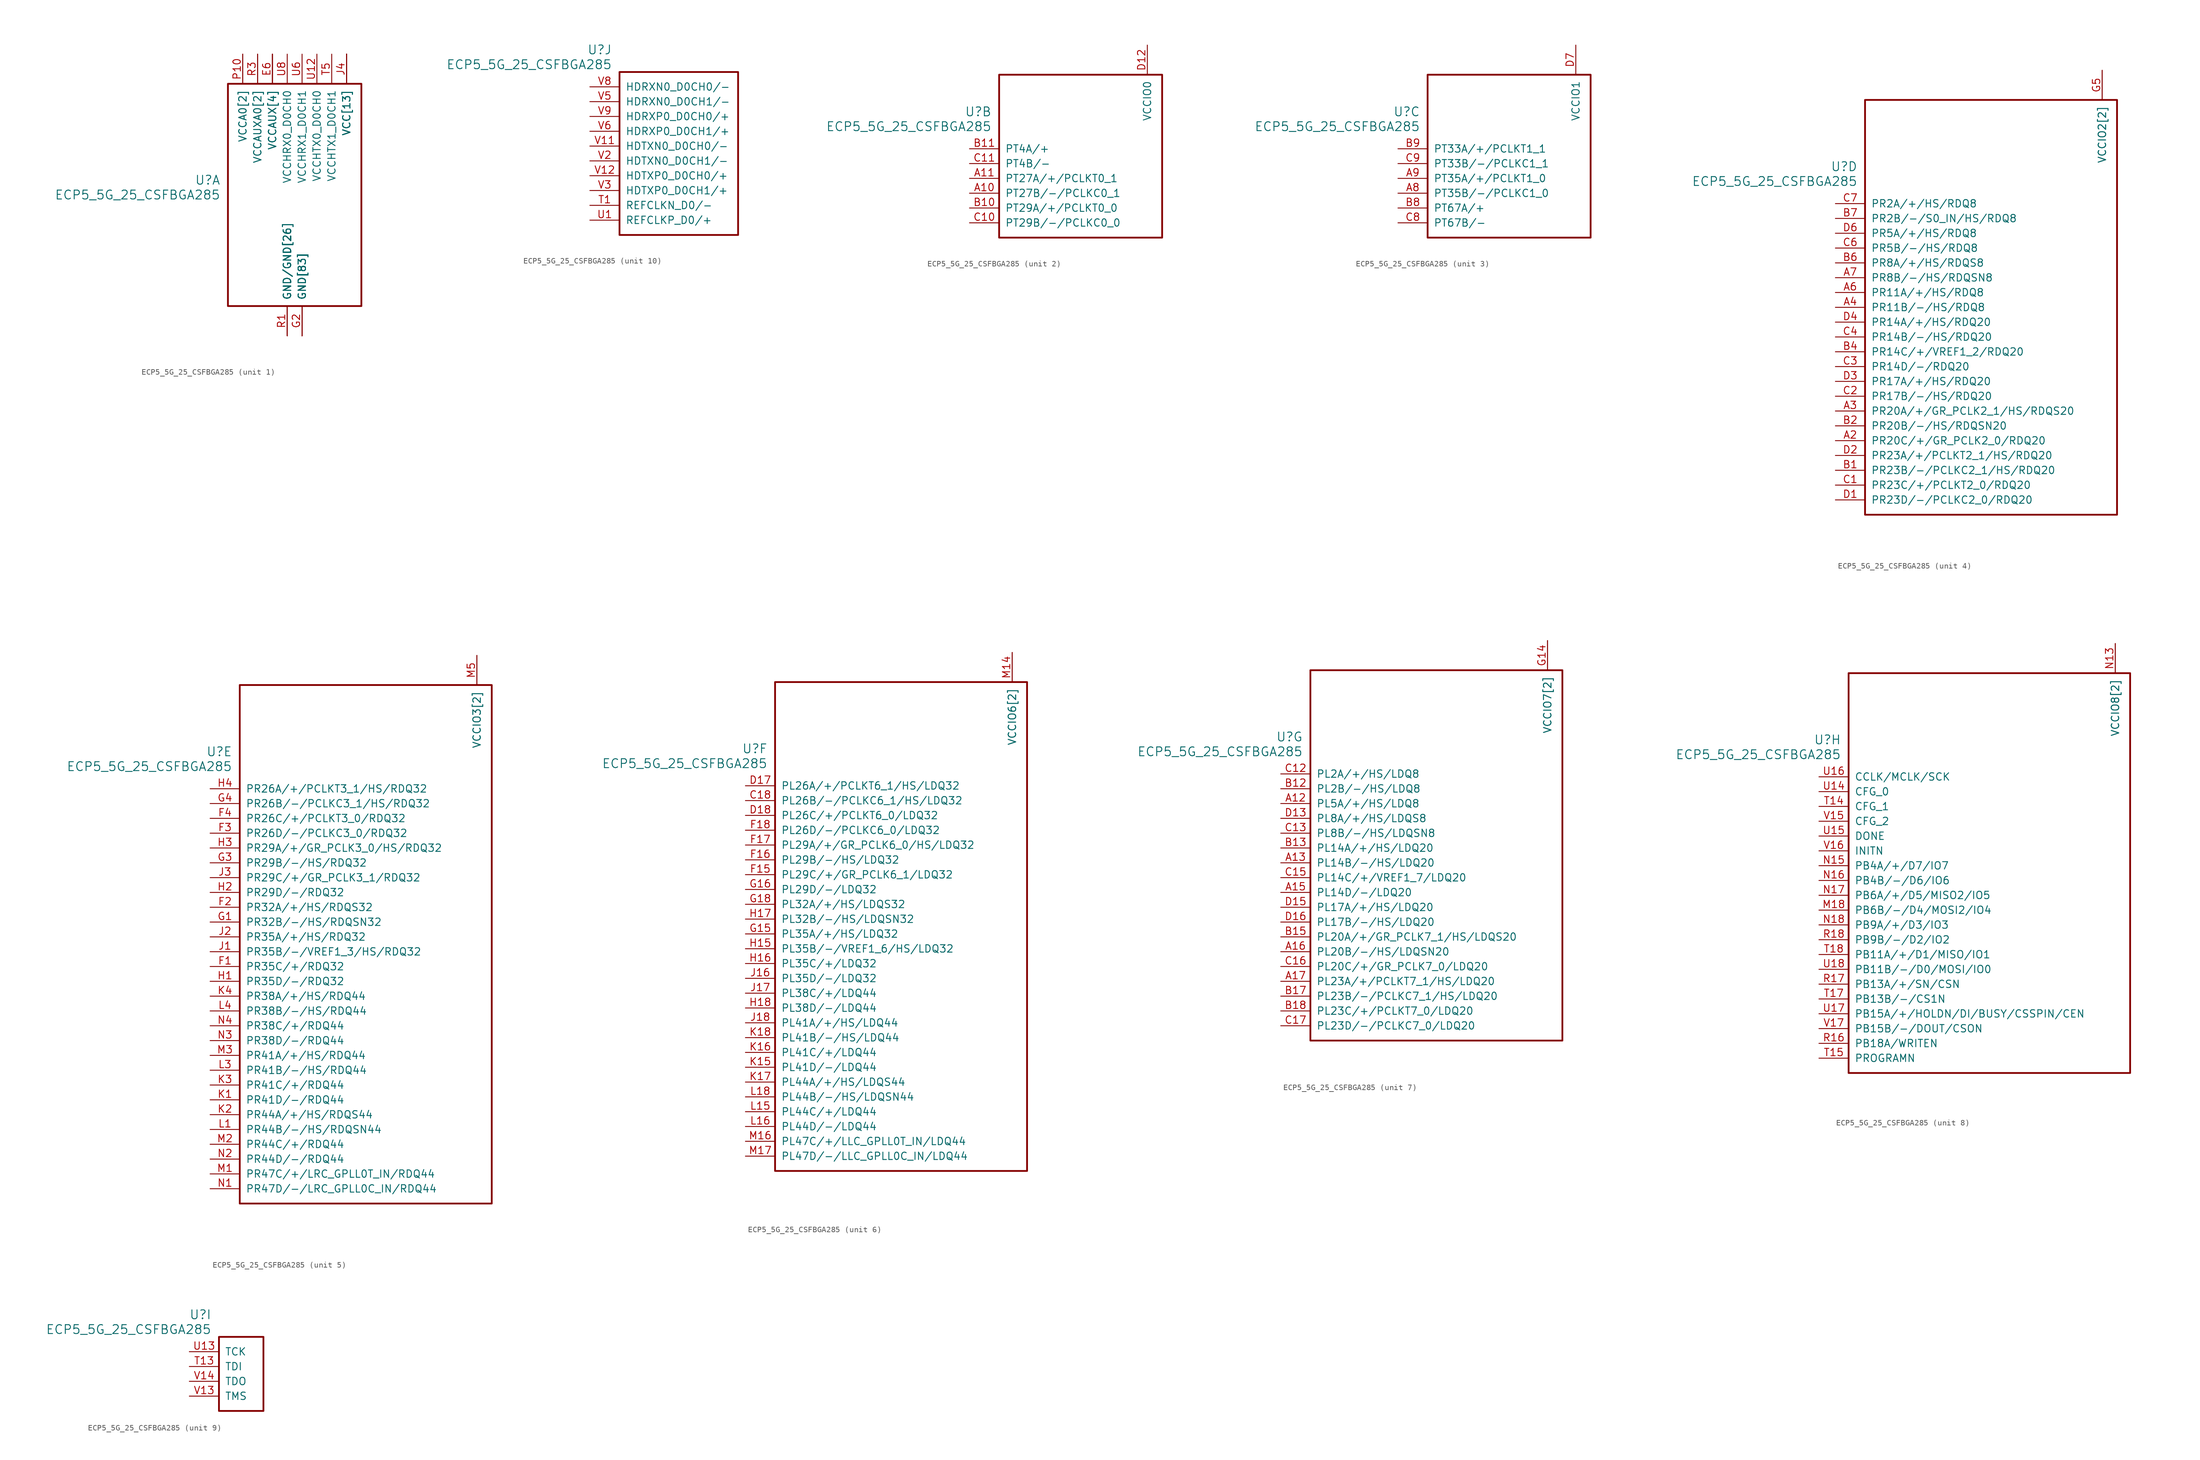
<source format=kicad_sym>
(kicad_symbol_lib
  (version 20241209)
  (generator "kicad_symbol_editor")
  (generator_version "9.0")
  (symbol "ECP5_5G_25_CSFBGA285"
    (pin_names
      (offset 1.016))
    (property "Reference" "U"
      (at 3.81 6.35 0)
      (effects (font (size 1.524 1.524)) (justify right)))
    (property "Value" "ECP5_5G_25_CSFBGA285"
      (at 3.81 3.81 0)
      (effects (font (size 1.524 1.524)) (justify right)))
    (property "ki_locked" ""
      (at 0 0 0)
      (effects (font (size 1.27 1.27))))
    (symbol "ECP5_5G_25_CSFBGA285_1_1"
      (rectangle (start 5.08 22.86) (end 27.94 -15.24) (stroke (width 0.305) (type solid)) (fill (type none)))
      (pin power_in line (at 7.62 27.94 270) (length 5.08) (name "VCCA0[2]" (effects (font (size 1.27 1.27)))) (number "P10" (effects (font (size 1.27 1.27)))))
      (pin power_in line (at 7.62 27.94 270) (length 5.08) (name "VCCA0[2]" (effects (font (size 1.27 1.27)))) (number "R10" (effects (font (size 0 0)))))
      (pin power_in line (at 10.16 27.94 270) (length 5.08) (name "VCCAUXA0[2]" (effects (font (size 1.27 1.27)))) (number "P5" (effects (font (size 0 0)))))
      (pin power_in line (at 10.16 27.94 270) (length 5.08) (name "VCCAUXA0[2]" (effects (font (size 1.27 1.27)))) (number "R3" (effects (font (size 1.27 1.27)))))
      (pin power_in line (at 12.7 27.94 270) (length 5.08) (name "VCCAUX[4]" (effects (font (size 1.27 1.27)))) (number "E13" (effects (font (size 0 0)))))
      (pin power_in line (at 12.7 27.94 270) (length 5.08) (name "VCCAUX[4]" (effects (font (size 1.27 1.27)))) (number "E6" (effects (font (size 1.27 1.27)))))
      (pin power_in line (at 12.7 27.94 270) (length 5.08) (name "VCCAUX[4]" (effects (font (size 1.27 1.27)))) (number "N6" (effects (font (size 0 0)))))
      (pin power_in line (at 12.7 27.94 270) (length 5.08) (name "VCCAUX[4]" (effects (font (size 1.27 1.27)))) (number "P13" (effects (font (size 0 0)))))
      (pin power_in line (at 15.24 27.94 270) (length 5.08) (name "VCCHRX0_D0CH0" (effects (font (size 1.27 1.27)))) (number "U8" (effects (font (size 1.27 1.27)))))
      (pin power_in line (at 15.24 -20.32 90) (length 5.08) (name "GND/GND[26]" (effects (font (size 1.27 1.27)))) (number "P12" (effects (font (size 0 0)))))
      (pin power_in line (at 15.24 -20.32 90) (length 5.08) (name "GND/GND[26]" (effects (font (size 1.27 1.27)))) (number "P6" (effects (font (size 0 0)))))
      (pin power_in line (at 15.24 -20.32 90) (length 5.08) (name "GND/GND[26]" (effects (font (size 1.27 1.27)))) (number "P8" (effects (font (size 0 0)))))
      (pin power_in line (at 15.24 -20.32 90) (length 5.08) (name "GND/GND[26]" (effects (font (size 1.27 1.27)))) (number "R1" (effects (font (size 1.27 1.27)))))
      (pin power_in line (at 15.24 -20.32 90) (length 5.08) (name "GND/GND[26]" (effects (font (size 1.27 1.27)))) (number "R2" (effects (font (size 0 0)))))
      (pin power_in line (at 15.24 -20.32 90) (length 5.08) (name "GND/GND[26]" (effects (font (size 1.27 1.27)))) (number "T10" (effects (font (size 0 0)))))
      (pin power_in line (at 15.24 -20.32 90) (length 5.08) (name "GND/GND[26]" (effects (font (size 1.27 1.27)))) (number "T11" (effects (font (size 0 0)))))
      (pin power_in line (at 15.24 -20.32 90) (length 5.08) (name "GND/GND[26]" (effects (font (size 1.27 1.27)))) (number "T12" (effects (font (size 0 0)))))
      (pin power_in line (at 15.24 -20.32 90) (length 5.08) (name "GND/GND[26]" (effects (font (size 1.27 1.27)))) (number "T2" (effects (font (size 0 0)))))
      (pin power_in line (at 15.24 -20.32 90) (length 5.08) (name "GND/GND[26]" (effects (font (size 1.27 1.27)))) (number "T3" (effects (font (size 0 0)))))
      (pin power_in line (at 15.24 -20.32 90) (length 5.08) (name "GND/GND[26]" (effects (font (size 1.27 1.27)))) (number "T4" (effects (font (size 0 0)))))
      (pin power_in line (at 15.24 -20.32 90) (length 5.08) (name "GND/GND[26]" (effects (font (size 1.27 1.27)))) (number "T6" (effects (font (size 0 0)))))
      (pin power_in line (at 15.24 -20.32 90) (length 5.08) (name "GND/GND[26]" (effects (font (size 1.27 1.27)))) (number "T7" (effects (font (size 0 0)))))
      (pin power_in line (at 15.24 -20.32 90) (length 5.08) (name "GND/GND[26]" (effects (font (size 1.27 1.27)))) (number "T8" (effects (font (size 0 0)))))
      (pin power_in line (at 15.24 -20.32 90) (length 5.08) (name "GND/GND[26]" (effects (font (size 1.27 1.27)))) (number "T9" (effects (font (size 0 0)))))
      (pin power_in line (at 15.24 -20.32 90) (length 5.08) (name "GND/GND[26]" (effects (font (size 1.27 1.27)))) (number "U10" (effects (font (size 0 0)))))
      (pin power_in line (at 15.24 -20.32 90) (length 5.08) (name "GND/GND[26]" (effects (font (size 1.27 1.27)))) (number "U11" (effects (font (size 0 0)))))
      (pin power_in line (at 15.24 -20.32 90) (length 5.08) (name "GND/GND[26]" (effects (font (size 1.27 1.27)))) (number "U2" (effects (font (size 0 0)))))
      (pin power_in line (at 15.24 -20.32 90) (length 5.08) (name "GND/GND[26]" (effects (font (size 1.27 1.27)))) (number "U3" (effects (font (size 0 0)))))
      (pin power_in line (at 15.24 -20.32 90) (length 5.08) (name "GND/GND[26]" (effects (font (size 1.27 1.27)))) (number "U4" (effects (font (size 0 0)))))
      (pin power_in line (at 15.24 -20.32 90) (length 5.08) (name "GND/GND[26]" (effects (font (size 1.27 1.27)))) (number "U5" (effects (font (size 0 0)))))
      (pin power_in line (at 15.24 -20.32 90) (length 5.08) (name "GND/GND[26]" (effects (font (size 1.27 1.27)))) (number "U7" (effects (font (size 0 0)))))
      (pin power_in line (at 15.24 -20.32 90) (length 5.08) (name "GND/GND[26]" (effects (font (size 1.27 1.27)))) (number "U9" (effects (font (size 0 0)))))
      (pin power_in line (at 15.24 -20.32 90) (length 5.08) (name "GND/GND[26]" (effects (font (size 1.27 1.27)))) (number "V10" (effects (font (size 0 0)))))
      (pin power_in line (at 15.24 -20.32 90) (length 5.08) (name "GND/GND[26]" (effects (font (size 1.27 1.27)))) (number "V4" (effects (font (size 0 0)))))
      (pin power_in line (at 15.24 -20.32 90) (length 5.08) (name "GND/GND[26]" (effects (font (size 1.27 1.27)))) (number "V7" (effects (font (size 0 0)))))
      (pin power_in line (at 17.78 27.94 270) (length 5.08) (name "VCCHRX1_D0CH1" (effects (font (size 1.27 1.27)))) (number "U6" (effects (font (size 1.27 1.27)))))
      (pin power_in line (at 17.78 -20.32 90) (length 5.08) (name "GND[83]" (effects (font (size 1.27 1.27)))) (number "B16" (effects (font (size 0 0)))))
      (pin power_in line (at 17.78 -20.32 90) (length 5.08) (name "GND[83]" (effects (font (size 1.27 1.27)))) (number "B3" (effects (font (size 0 0)))))
      (pin power_in line (at 17.78 -20.32 90) (length 5.08) (name "GND[83]" (effects (font (size 1.27 1.27)))) (number "E10" (effects (font (size 0 0)))))
      (pin power_in line (at 17.78 -20.32 90) (length 5.08) (name "GND[83]" (effects (font (size 1.27 1.27)))) (number "E11" (effects (font (size 0 0)))))
      (pin power_in line (at 17.78 -20.32 90) (length 5.08) (name "GND[83]" (effects (font (size 1.27 1.27)))) (number "E12" (effects (font (size 0 0)))))
      (pin power_in line (at 17.78 -20.32 90) (length 5.08) (name "GND[83]" (effects (font (size 1.27 1.27)))) (number "E14" (effects (font (size 0 0)))))
      (pin power_in line (at 17.78 -20.32 90) (length 5.08) (name "GND[83]" (effects (font (size 1.27 1.27)))) (number "E5" (effects (font (size 0 0)))))
      (pin power_in line (at 17.78 -20.32 90) (length 5.08) (name "GND[83]" (effects (font (size 1.27 1.27)))) (number "E7" (effects (font (size 0 0)))))
      (pin power_in line (at 17.78 -20.32 90) (length 5.08) (name "GND[83]" (effects (font (size 1.27 1.27)))) (number "E8" (effects (font (size 0 0)))))
      (pin power_in line (at 17.78 -20.32 90) (length 5.08) (name "GND[83]" (effects (font (size 1.27 1.27)))) (number "E9" (effects (font (size 0 0)))))
      (pin power_in line (at 17.78 -20.32 90) (length 5.08) (name "GND[83]" (effects (font (size 1.27 1.27)))) (number "F10" (effects (font (size 0 0)))))
      (pin power_in line (at 17.78 -20.32 90) (length 5.08) (name "GND[83]" (effects (font (size 1.27 1.27)))) (number "F11" (effects (font (size 0 0)))))
      (pin power_in line (at 17.78 -20.32 90) (length 5.08) (name "GND[83]" (effects (font (size 1.27 1.27)))) (number "F12" (effects (font (size 0 0)))))
      (pin power_in line (at 17.78 -20.32 90) (length 5.08) (name "GND[83]" (effects (font (size 1.27 1.27)))) (number "F13" (effects (font (size 0 0)))))
      (pin power_in line (at 17.78 -20.32 90) (length 5.08) (name "GND[83]" (effects (font (size 1.27 1.27)))) (number "F14" (effects (font (size 0 0)))))
      (pin power_in line (at 17.78 -20.32 90) (length 5.08) (name "GND[83]" (effects (font (size 1.27 1.27)))) (number "F5" (effects (font (size 0 0)))))
      (pin power_in line (at 17.78 -20.32 90) (length 5.08) (name "GND[83]" (effects (font (size 1.27 1.27)))) (number "F6" (effects (font (size 0 0)))))
      (pin power_in line (at 17.78 -20.32 90) (length 5.08) (name "GND[83]" (effects (font (size 1.27 1.27)))) (number "F7" (effects (font (size 0 0)))))
      (pin power_in line (at 17.78 -20.32 90) (length 5.08) (name "GND[83]" (effects (font (size 1.27 1.27)))) (number "F8" (effects (font (size 0 0)))))
      (pin power_in line (at 17.78 -20.32 90) (length 5.08) (name "GND[83]" (effects (font (size 1.27 1.27)))) (number "F9" (effects (font (size 0 0)))))
      (pin power_in line (at 17.78 -20.32 90) (length 5.08) (name "GND[83]" (effects (font (size 1.27 1.27)))) (number "G10" (effects (font (size 0 0)))))
      (pin power_in line (at 17.78 -20.32 90) (length 5.08) (name "GND[83]" (effects (font (size 1.27 1.27)))) (number "G11" (effects (font (size 0 0)))))
      (pin power_in line (at 17.78 -20.32 90) (length 5.08) (name "GND[83]" (effects (font (size 1.27 1.27)))) (number "G12" (effects (font (size 0 0)))))
      (pin power_in line (at 17.78 -20.32 90) (length 5.08) (name "GND[83]" (effects (font (size 1.27 1.27)))) (number "G13" (effects (font (size 0 0)))))
      (pin power_in line (at 17.78 -20.32 90) (length 5.08) (name "GND[83]" (effects (font (size 1.27 1.27)))) (number "G17" (effects (font (size 0 0)))))
      (pin power_in line (at 17.78 -20.32 90) (length 5.08) (name "GND[83]" (effects (font (size 1.27 1.27)))) (number "G2" (effects (font (size 1.27 1.27)))))
      (pin power_in line (at 17.78 -20.32 90) (length 5.08) (name "GND[83]" (effects (font (size 1.27 1.27)))) (number "G6" (effects (font (size 0 0)))))
      (pin power_in line (at 17.78 -20.32 90) (length 5.08) (name "GND[83]" (effects (font (size 1.27 1.27)))) (number "G7" (effects (font (size 0 0)))))
      (pin power_in line (at 17.78 -20.32 90) (length 5.08) (name "GND[83]" (effects (font (size 1.27 1.27)))) (number "G8" (effects (font (size 0 0)))))
      (pin power_in line (at 17.78 -20.32 90) (length 5.08) (name "GND[83]" (effects (font (size 1.27 1.27)))) (number "G9" (effects (font (size 0 0)))))
      (pin power_in line (at 17.78 -20.32 90) (length 5.08) (name "GND[83]" (effects (font (size 1.27 1.27)))) (number "H10" (effects (font (size 0 0)))))
      (pin power_in line (at 17.78 -20.32 90) (length 5.08) (name "GND[83]" (effects (font (size 1.27 1.27)))) (number "H11" (effects (font (size 0 0)))))
      (pin power_in line (at 17.78 -20.32 90) (length 5.08) (name "GND[83]" (effects (font (size 1.27 1.27)))) (number "H12" (effects (font (size 0 0)))))
      (pin power_in line (at 17.78 -20.32 90) (length 5.08) (name "GND[83]" (effects (font (size 1.27 1.27)))) (number "H13" (effects (font (size 0 0)))))
      (pin power_in line (at 17.78 -20.32 90) (length 5.08) (name "GND[83]" (effects (font (size 1.27 1.27)))) (number "H6" (effects (font (size 0 0)))))
      (pin power_in line (at 17.78 -20.32 90) (length 5.08) (name "GND[83]" (effects (font (size 1.27 1.27)))) (number "H7" (effects (font (size 0 0)))))
      (pin power_in line (at 17.78 -20.32 90) (length 5.08) (name "GND[83]" (effects (font (size 1.27 1.27)))) (number "H8" (effects (font (size 0 0)))))
      (pin power_in line (at 17.78 -20.32 90) (length 5.08) (name "GND[83]" (effects (font (size 1.27 1.27)))) (number "H9" (effects (font (size 0 0)))))
      (pin power_in line (at 17.78 -20.32 90) (length 5.08) (name "GND[83]" (effects (font (size 1.27 1.27)))) (number "J10" (effects (font (size 0 0)))))
      (pin power_in line (at 17.78 -20.32 90) (length 5.08) (name "GND[83]" (effects (font (size 1.27 1.27)))) (number "J11" (effects (font (size 0 0)))))
      (pin power_in line (at 17.78 -20.32 90) (length 5.08) (name "GND[83]" (effects (font (size 1.27 1.27)))) (number "J12" (effects (font (size 0 0)))))
      (pin power_in line (at 17.78 -20.32 90) (length 5.08) (name "GND[83]" (effects (font (size 1.27 1.27)))) (number "J13" (effects (font (size 0 0)))))
      (pin power_in line (at 17.78 -20.32 90) (length 5.08) (name "GND[83]" (effects (font (size 1.27 1.27)))) (number "J6" (effects (font (size 0 0)))))
      (pin power_in line (at 17.78 -20.32 90) (length 5.08) (name "GND[83]" (effects (font (size 1.27 1.27)))) (number "J7" (effects (font (size 0 0)))))
      (pin power_in line (at 17.78 -20.32 90) (length 5.08) (name "GND[83]" (effects (font (size 1.27 1.27)))) (number "J8" (effects (font (size 0 0)))))
      (pin power_in line (at 17.78 -20.32 90) (length 5.08) (name "GND[83]" (effects (font (size 1.27 1.27)))) (number "J9" (effects (font (size 0 0)))))
      (pin power_in line (at 17.78 -20.32 90) (length 5.08) (name "GND[83]" (effects (font (size 1.27 1.27)))) (number "K10" (effects (font (size 0 0)))))
      (pin power_in line (at 17.78 -20.32 90) (length 5.08) (name "GND[83]" (effects (font (size 1.27 1.27)))) (number "K11" (effects (font (size 0 0)))))
      (pin power_in line (at 17.78 -20.32 90) (length 5.08) (name "GND[83]" (effects (font (size 1.27 1.27)))) (number "K12" (effects (font (size 0 0)))))
      (pin power_in line (at 17.78 -20.32 90) (length 5.08) (name "GND[83]" (effects (font (size 1.27 1.27)))) (number "K13" (effects (font (size 0 0)))))
      (pin power_in line (at 17.78 -20.32 90) (length 5.08) (name "GND[83]" (effects (font (size 1.27 1.27)))) (number "K14" (effects (font (size 0 0)))))
      (pin power_in line (at 17.78 -20.32 90) (length 5.08) (name "GND[83]" (effects (font (size 1.27 1.27)))) (number "K5" (effects (font (size 0 0)))))
      (pin power_in line (at 17.78 -20.32 90) (length 5.08) (name "GND[83]" (effects (font (size 1.27 1.27)))) (number "K6" (effects (font (size 0 0)))))
      (pin power_in line (at 17.78 -20.32 90) (length 5.08) (name "GND[83]" (effects (font (size 1.27 1.27)))) (number "K7" (effects (font (size 0 0)))))
      (pin power_in line (at 17.78 -20.32 90) (length 5.08) (name "GND[83]" (effects (font (size 1.27 1.27)))) (number "K8" (effects (font (size 0 0)))))
      (pin power_in line (at 17.78 -20.32 90) (length 5.08) (name "GND[83]" (effects (font (size 1.27 1.27)))) (number "K9" (effects (font (size 0 0)))))
      (pin power_in line (at 17.78 -20.32 90) (length 5.08) (name "GND[83]" (effects (font (size 1.27 1.27)))) (number "L10" (effects (font (size 0 0)))))
      (pin power_in line (at 17.78 -20.32 90) (length 5.08) (name "GND[83]" (effects (font (size 1.27 1.27)))) (number "L11" (effects (font (size 0 0)))))
      (pin power_in line (at 17.78 -20.32 90) (length 5.08) (name "GND[83]" (effects (font (size 1.27 1.27)))) (number "L12" (effects (font (size 0 0)))))
      (pin power_in line (at 17.78 -20.32 90) (length 5.08) (name "GND[83]" (effects (font (size 1.27 1.27)))) (number "L13" (effects (font (size 0 0)))))
      (pin power_in line (at 17.78 -20.32 90) (length 5.08) (name "GND[83]" (effects (font (size 1.27 1.27)))) (number "L14" (effects (font (size 0 0)))))
      (pin power_in line (at 17.78 -20.32 90) (length 5.08) (name "GND[83]" (effects (font (size 1.27 1.27)))) (number "L17" (effects (font (size 0 0)))))
      (pin power_in line (at 17.78 -20.32 90) (length 5.08) (name "GND[83]" (effects (font (size 1.27 1.27)))) (number "L2" (effects (font (size 0 0)))))
      (pin power_in line (at 17.78 -20.32 90) (length 5.08) (name "GND[83]" (effects (font (size 1.27 1.27)))) (number "L5" (effects (font (size 0 0)))))
      (pin power_in line (at 17.78 -20.32 90) (length 5.08) (name "GND[83]" (effects (font (size 1.27 1.27)))) (number "L6" (effects (font (size 0 0)))))
      (pin power_in line (at 17.78 -20.32 90) (length 5.08) (name "GND[83]" (effects (font (size 1.27 1.27)))) (number "L7" (effects (font (size 0 0)))))
      (pin power_in line (at 17.78 -20.32 90) (length 5.08) (name "GND[83]" (effects (font (size 1.27 1.27)))) (number "L8" (effects (font (size 0 0)))))
      (pin power_in line (at 17.78 -20.32 90) (length 5.08) (name "GND[83]" (effects (font (size 1.27 1.27)))) (number "L9" (effects (font (size 0 0)))))
      (pin power_in line (at 17.78 -20.32 90) (length 5.08) (name "GND[83]" (effects (font (size 1.27 1.27)))) (number "M10" (effects (font (size 0 0)))))
      (pin power_in line (at 17.78 -20.32 90) (length 5.08) (name "GND[83]" (effects (font (size 1.27 1.27)))) (number "M11" (effects (font (size 0 0)))))
      (pin power_in line (at 17.78 -20.32 90) (length 5.08) (name "GND[83]" (effects (font (size 1.27 1.27)))) (number "M12" (effects (font (size 0 0)))))
      (pin power_in line (at 17.78 -20.32 90) (length 5.08) (name "GND[83]" (effects (font (size 1.27 1.27)))) (number "M13" (effects (font (size 0 0)))))
      (pin power_in line (at 17.78 -20.32 90) (length 5.08) (name "GND[83]" (effects (font (size 1.27 1.27)))) (number "M6" (effects (font (size 0 0)))))
      (pin power_in line (at 17.78 -20.32 90) (length 5.08) (name "GND[83]" (effects (font (size 1.27 1.27)))) (number "M7" (effects (font (size 0 0)))))
      (pin power_in line (at 17.78 -20.32 90) (length 5.08) (name "GND[83]" (effects (font (size 1.27 1.27)))) (number "M8" (effects (font (size 0 0)))))
      (pin power_in line (at 17.78 -20.32 90) (length 5.08) (name "GND[83]" (effects (font (size 1.27 1.27)))) (number "M9" (effects (font (size 0 0)))))
      (pin power_in line (at 17.78 -20.32 90) (length 5.08) (name "GND[83]" (effects (font (size 1.27 1.27)))) (number "N10" (effects (font (size 0 0)))))
      (pin power_in line (at 17.78 -20.32 90) (length 5.08) (name "GND[83]" (effects (font (size 1.27 1.27)))) (number "N11" (effects (font (size 0 0)))))
      (pin power_in line (at 17.78 -20.32 90) (length 5.08) (name "GND[83]" (effects (font (size 1.27 1.27)))) (number "N12" (effects (font (size 0 0)))))
      (pin power_in line (at 17.78 -20.32 90) (length 5.08) (name "GND[83]" (effects (font (size 1.27 1.27)))) (number "N7" (effects (font (size 0 0)))))
      (pin power_in line (at 17.78 -20.32 90) (length 5.08) (name "GND[83]" (effects (font (size 1.27 1.27)))) (number "N8" (effects (font (size 0 0)))))
      (pin power_in line (at 17.78 -20.32 90) (length 5.08) (name "GND[83]" (effects (font (size 1.27 1.27)))) (number "N9" (effects (font (size 0 0)))))
      (pin power_in line (at 17.78 -20.32 90) (length 5.08) (name "GND[83]" (effects (font (size 1.27 1.27)))) (number "T16" (effects (font (size 0 0)))))
      (pin power_in line (at 20.32 27.94 270) (length 5.08) (name "VCCHTX0_D0CH0" (effects (font (size 1.27 1.27)))) (number "U12" (effects (font (size 1.27 1.27)))))
      (pin power_in line (at 22.86 27.94 270) (length 5.08) (name "VCCHTX1_D0CH1" (effects (font (size 1.27 1.27)))) (number "T5" (effects (font (size 1.27 1.27)))))
      (pin power_in line (at 25.4 27.94 270) (length 5.08) (name "VCC[13]" (effects (font (size 1.27 1.27)))) (number "D10" (effects (font (size 0 0)))))
      (pin power_in line (at 25.4 27.94 270) (length 5.08) (name "VCC[13]" (effects (font (size 1.27 1.27)))) (number "D11" (effects (font (size 0 0)))))
      (pin power_in line (at 25.4 27.94 270) (length 5.08) (name "VCC[13]" (effects (font (size 1.27 1.27)))) (number "D8" (effects (font (size 0 0)))))
      (pin power_in line (at 25.4 27.94 270) (length 5.08) (name "VCC[13]" (effects (font (size 1.27 1.27)))) (number "D9" (effects (font (size 0 0)))))
      (pin power_in line (at 25.4 27.94 270) (length 5.08) (name "VCC[13]" (effects (font (size 1.27 1.27)))) (number "J14" (effects (font (size 0 0)))))
      (pin power_in line (at 25.4 27.94 270) (length 5.08) (name "VCC[13]" (effects (font (size 1.27 1.27)))) (number "J15" (effects (font (size 0 0)))))
      (pin power_in line (at 25.4 27.94 270) (length 5.08) (name "VCC[13]" (effects (font (size 1.27 1.27)))) (number "J4" (effects (font (size 1.27 1.27)))))
      (pin power_in line (at 25.4 27.94 270) (length 5.08) (name "VCC[13]" (effects (font (size 1.27 1.27)))) (number "J5" (effects (font (size 0 0)))))
      (pin power_in line (at 25.4 27.94 270) (length 5.08) (name "VCC[13]" (effects (font (size 1.27 1.27)))) (number "M15" (effects (font (size 0 0)))))
      (pin power_in line (at 25.4 27.94 270) (length 5.08) (name "VCC[13]" (effects (font (size 1.27 1.27)))) (number "M4" (effects (font (size 0 0)))))
      (pin power_in line (at 25.4 27.94 270) (length 5.08) (name "VCC[13]" (effects (font (size 1.27 1.27)))) (number "P11" (effects (font (size 0 0)))))
      (pin power_in line (at 25.4 27.94 270) (length 5.08) (name "VCC[13]" (effects (font (size 1.27 1.27)))) (number "P7" (effects (font (size 0 0)))))
      (pin power_in line (at 25.4 27.94 270) (length 5.08) (name "VCC[13]" (effects (font (size 1.27 1.27)))) (number "P9" (effects (font (size 0 0))))))
    (symbol "ECP5_5G_25_CSFBGA285_2_1"
      (rectangle (start 5.08 12.7) (end 33.02 -15.24) (stroke (width 0.305) (type solid)) (fill (type none)))
      (pin bidirectional line (at 0 0 0) (length 5.08) (name "PT4A/+" (effects (font (size 1.27 1.27)))) (number "B11" (effects (font (size 1.27 1.27)))))
      (pin bidirectional line (at 0 -2.54 0) (length 5.08) (name "PT4B/-" (effects (font (size 1.27 1.27)))) (number "C11" (effects (font (size 1.27 1.27)))))
      (pin bidirectional line (at 0 -5.08 0) (length 5.08) (name "PT27A/+/PCLKT0_1" (effects (font (size 1.27 1.27)))) (number "A11" (effects (font (size 1.27 1.27)))))
      (pin bidirectional line (at 0 -7.62 0) (length 5.08) (name "PT27B/-/PCLKC0_1" (effects (font (size 1.27 1.27)))) (number "A10" (effects (font (size 1.27 1.27)))))
      (pin bidirectional line (at 0 -10.16 0) (length 5.08) (name "PT29A/+/PCLKT0_0" (effects (font (size 1.27 1.27)))) (number "B10" (effects (font (size 1.27 1.27)))))
      (pin bidirectional line (at 0 -12.7 0) (length 5.08) (name "PT29B/-/PCLKC0_0" (effects (font (size 1.27 1.27)))) (number "C10" (effects (font (size 1.27 1.27)))))
      (pin power_in line (at 30.48 17.78 270) (length 5.08) (name "VCCIO0" (effects (font (size 1.27 1.27)))) (number "D12" (effects (font (size 1.27 1.27))))))
    (symbol "ECP5_5G_25_CSFBGA285_3_1"
      (rectangle (start 5.08 12.7) (end 33.02 -15.24) (stroke (width 0.305) (type solid)) (fill (type none)))
      (pin bidirectional line (at 0 0 0) (length 5.08) (name "PT33A/+/PCLKT1_1" (effects (font (size 1.27 1.27)))) (number "B9" (effects (font (size 1.27 1.27)))))
      (pin bidirectional line (at 0 -2.54 0) (length 5.08) (name "PT33B/-/PCLKC1_1" (effects (font (size 1.27 1.27)))) (number "C9" (effects (font (size 1.27 1.27)))))
      (pin bidirectional line (at 0 -5.08 0) (length 5.08) (name "PT35A/+/PCLKT1_0" (effects (font (size 1.27 1.27)))) (number "A9" (effects (font (size 1.27 1.27)))))
      (pin bidirectional line (at 0 -7.62 0) (length 5.08) (name "PT35B/-/PCLKC1_0" (effects (font (size 1.27 1.27)))) (number "A8" (effects (font (size 1.27 1.27)))))
      (pin bidirectional line (at 0 -10.16 0) (length 5.08) (name "PT67A/+" (effects (font (size 1.27 1.27)))) (number "B8" (effects (font (size 1.27 1.27)))))
      (pin bidirectional line (at 0 -12.7 0) (length 5.08) (name "PT67B/-" (effects (font (size 1.27 1.27)))) (number "C8" (effects (font (size 1.27 1.27)))))
      (pin power_in line (at 30.48 17.78 270) (length 5.08) (name "VCCIO1" (effects (font (size 1.27 1.27)))) (number "D7" (effects (font (size 1.27 1.27))))))
    (symbol "ECP5_5G_25_CSFBGA285_4_1"
      (rectangle (start 5.08 17.78) (end 48.26 -53.34) (stroke (width 0.305) (type solid)) (fill (type none)))
      (pin bidirectional line (at 0 0 0) (length 5.08) (name "PR2A/+/HS/RDQ8" (effects (font (size 1.27 1.27)))) (number "C7" (effects (font (size 1.27 1.27)))))
      (pin bidirectional line (at 0 -2.54 0) (length 5.08) (name "PR2B/-/S0_IN/HS/RDQ8" (effects (font (size 1.27 1.27)))) (number "B7" (effects (font (size 1.27 1.27)))))
      (pin bidirectional line (at 0 -5.08 0) (length 5.08) (name "PR5A/+/HS/RDQ8" (effects (font (size 1.27 1.27)))) (number "D6" (effects (font (size 1.27 1.27)))))
      (pin bidirectional line (at 0 -7.62 0) (length 5.08) (name "PR5B/-/HS/RDQ8" (effects (font (size 1.27 1.27)))) (number "C6" (effects (font (size 1.27 1.27)))))
      (pin bidirectional line (at 0 -10.16 0) (length 5.08) (name "PR8A/+/HS/RDQS8" (effects (font (size 1.27 1.27)))) (number "B6" (effects (font (size 1.27 1.27)))))
      (pin bidirectional line (at 0 -12.7 0) (length 5.08) (name "PR8B/-/HS/RDQSN8" (effects (font (size 1.27 1.27)))) (number "A7" (effects (font (size 1.27 1.27)))))
      (pin bidirectional line (at 0 -15.24 0) (length 5.08) (name "PR11A/+/HS/RDQ8" (effects (font (size 1.27 1.27)))) (number "A6" (effects (font (size 1.27 1.27)))))
      (pin bidirectional line (at 0 -17.78 0) (length 5.08) (name "PR11B/-/HS/RDQ8" (effects (font (size 1.27 1.27)))) (number "A4" (effects (font (size 1.27 1.27)))))
      (pin bidirectional line (at 0 -20.32 0) (length 5.08) (name "PR14A/+/HS/RDQ20" (effects (font (size 1.27 1.27)))) (number "D4" (effects (font (size 1.27 1.27)))))
      (pin bidirectional line (at 0 -22.86 0) (length 5.08) (name "PR14B/-/HS/RDQ20" (effects (font (size 1.27 1.27)))) (number "C4" (effects (font (size 1.27 1.27)))))
      (pin bidirectional line (at 0 -25.4 0) (length 5.08) (name "PR14C/+/VREF1_2/RDQ20" (effects (font (size 1.27 1.27)))) (number "B4" (effects (font (size 1.27 1.27)))))
      (pin bidirectional line (at 0 -27.94 0) (length 5.08) (name "PR14D/-/RDQ20" (effects (font (size 1.27 1.27)))) (number "C3" (effects (font (size 1.27 1.27)))))
      (pin bidirectional line (at 0 -30.48 0) (length 5.08) (name "PR17A/+/HS/RDQ20" (effects (font (size 1.27 1.27)))) (number "D3" (effects (font (size 1.27 1.27)))))
      (pin bidirectional line (at 0 -33.02 0) (length 5.08) (name "PR17B/-/HS/RDQ20" (effects (font (size 1.27 1.27)))) (number "C2" (effects (font (size 1.27 1.27)))))
      (pin bidirectional line (at 0 -35.56 0) (length 5.08) (name "PR20A/+/GR_PCLK2_1/HS/RDQS20" (effects (font (size 1.27 1.27)))) (number "A3" (effects (font (size 1.27 1.27)))))
      (pin bidirectional line (at 0 -38.1 0) (length 5.08) (name "PR20B/-/HS/RDQSN20" (effects (font (size 1.27 1.27)))) (number "B2" (effects (font (size 1.27 1.27)))))
      (pin bidirectional line (at 0 -40.64 0) (length 5.08) (name "PR20C/+/GR_PCLK2_0/RDQ20" (effects (font (size 1.27 1.27)))) (number "A2" (effects (font (size 1.27 1.27)))))
      (pin bidirectional line (at 0 -43.18 0) (length 5.08) (name "PR23A/+/PCLKT2_1/HS/RDQ20" (effects (font (size 1.27 1.27)))) (number "D2" (effects (font (size 1.27 1.27)))))
      (pin bidirectional line (at 0 -45.72 0) (length 5.08) (name "PR23B/-/PCLKC2_1/HS/RDQ20" (effects (font (size 1.27 1.27)))) (number "B1" (effects (font (size 1.27 1.27)))))
      (pin bidirectional line (at 0 -48.26 0) (length 5.08) (name "PR23C/+/PCLKT2_0/RDQ20" (effects (font (size 1.27 1.27)))) (number "C1" (effects (font (size 1.27 1.27)))))
      (pin bidirectional line (at 0 -50.8 0) (length 5.08) (name "PR23D/-/PCLKC2_0/RDQ20" (effects (font (size 1.27 1.27)))) (number "D1" (effects (font (size 1.27 1.27)))))
      (pin power_in line (at 45.72 22.86 270) (length 5.08) (name "VCCIO2[2]" (effects (font (size 1.27 1.27)))) (number "G5" (effects (font (size 1.27 1.27)))))
      (pin power_in line (at 45.72 22.86 270) (length 5.08) (name "VCCIO2[2]" (effects (font (size 1.27 1.27)))) (number "H5" (effects (font (size 0 0))))))
    (symbol "ECP5_5G_25_CSFBGA285_5_1"
      (rectangle (start 5.08 17.78) (end 48.26 -71.12) (stroke (width 0.305) (type solid)) (fill (type none)))
      (pin bidirectional line (at 0 0 0) (length 5.08) (name "PR26A/+/PCLKT3_1/HS/RDQ32" (effects (font (size 1.27 1.27)))) (number "H4" (effects (font (size 1.27 1.27)))))
      (pin bidirectional line (at 0 -2.54 0) (length 5.08) (name "PR26B/-/PCLKC3_1/HS/RDQ32" (effects (font (size 1.27 1.27)))) (number "G4" (effects (font (size 1.27 1.27)))))
      (pin bidirectional line (at 0 -5.08 0) (length 5.08) (name "PR26C/+/PCLKT3_0/RDQ32" (effects (font (size 1.27 1.27)))) (number "F4" (effects (font (size 1.27 1.27)))))
      (pin bidirectional line (at 0 -7.62 0) (length 5.08) (name "PR26D/-/PCLKC3_0/RDQ32" (effects (font (size 1.27 1.27)))) (number "F3" (effects (font (size 1.27 1.27)))))
      (pin bidirectional line (at 0 -10.16 0) (length 5.08) (name "PR29A/+/GR_PCLK3_0/HS/RDQ32" (effects (font (size 1.27 1.27)))) (number "H3" (effects (font (size 1.27 1.27)))))
      (pin bidirectional line (at 0 -12.7 0) (length 5.08) (name "PR29B/-/HS/RDQ32" (effects (font (size 1.27 1.27)))) (number "G3" (effects (font (size 1.27 1.27)))))
      (pin bidirectional line (at 0 -15.24 0) (length 5.08) (name "PR29C/+/GR_PCLK3_1/RDQ32" (effects (font (size 1.27 1.27)))) (number "J3" (effects (font (size 1.27 1.27)))))
      (pin bidirectional line (at 0 -17.78 0) (length 5.08) (name "PR29D/-/RDQ32" (effects (font (size 1.27 1.27)))) (number "H2" (effects (font (size 1.27 1.27)))))
      (pin bidirectional line (at 0 -20.32 0) (length 5.08) (name "PR32A/+/HS/RDQS32" (effects (font (size 1.27 1.27)))) (number "F2" (effects (font (size 1.27 1.27)))))
      (pin bidirectional line (at 0 -22.86 0) (length 5.08) (name "PR32B/-/HS/RDQSN32" (effects (font (size 1.27 1.27)))) (number "G1" (effects (font (size 1.27 1.27)))))
      (pin bidirectional line (at 0 -25.4 0) (length 5.08) (name "PR35A/+/HS/RDQ32" (effects (font (size 1.27 1.27)))) (number "J2" (effects (font (size 1.27 1.27)))))
      (pin bidirectional line (at 0 -27.94 0) (length 5.08) (name "PR35B/-/VREF1_3/HS/RDQ32" (effects (font (size 1.27 1.27)))) (number "J1" (effects (font (size 1.27 1.27)))))
      (pin bidirectional line (at 0 -30.48 0) (length 5.08) (name "PR35C/+/RDQ32" (effects (font (size 1.27 1.27)))) (number "F1" (effects (font (size 1.27 1.27)))))
      (pin bidirectional line (at 0 -33.02 0) (length 5.08) (name "PR35D/-/RDQ32" (effects (font (size 1.27 1.27)))) (number "H1" (effects (font (size 1.27 1.27)))))
      (pin bidirectional line (at 0 -35.56 0) (length 5.08) (name "PR38A/+/HS/RDQ44" (effects (font (size 1.27 1.27)))) (number "K4" (effects (font (size 1.27 1.27)))))
      (pin bidirectional line (at 0 -38.1 0) (length 5.08) (name "PR38B/-/HS/RDQ44" (effects (font (size 1.27 1.27)))) (number "L4" (effects (font (size 1.27 1.27)))))
      (pin bidirectional line (at 0 -40.64 0) (length 5.08) (name "PR38C/+/RDQ44" (effects (font (size 1.27 1.27)))) (number "N4" (effects (font (size 1.27 1.27)))))
      (pin bidirectional line (at 0 -43.18 0) (length 5.08) (name "PR38D/-/RDQ44" (effects (font (size 1.27 1.27)))) (number "N3" (effects (font (size 1.27 1.27)))))
      (pin bidirectional line (at 0 -45.72 0) (length 5.08) (name "PR41A/+/HS/RDQ44" (effects (font (size 1.27 1.27)))) (number "M3" (effects (font (size 1.27 1.27)))))
      (pin bidirectional line (at 0 -48.26 0) (length 5.08) (name "PR41B/-/HS/RDQ44" (effects (font (size 1.27 1.27)))) (number "L3" (effects (font (size 1.27 1.27)))))
      (pin bidirectional line (at 0 -50.8 0) (length 5.08) (name "PR41C/+/RDQ44" (effects (font (size 1.27 1.27)))) (number "K3" (effects (font (size 1.27 1.27)))))
      (pin bidirectional line (at 0 -53.34 0) (length 5.08) (name "PR41D/-/RDQ44" (effects (font (size 1.27 1.27)))) (number "K1" (effects (font (size 1.27 1.27)))))
      (pin bidirectional line (at 0 -55.88 0) (length 5.08) (name "PR44A/+/HS/RDQS44" (effects (font (size 1.27 1.27)))) (number "K2" (effects (font (size 1.27 1.27)))))
      (pin bidirectional line (at 0 -58.42 0) (length 5.08) (name "PR44B/-/HS/RDQSN44" (effects (font (size 1.27 1.27)))) (number "L1" (effects (font (size 1.27 1.27)))))
      (pin bidirectional line (at 0 -60.96 0) (length 5.08) (name "PR44C/+/RDQ44" (effects (font (size 1.27 1.27)))) (number "M2" (effects (font (size 1.27 1.27)))))
      (pin bidirectional line (at 0 -63.5 0) (length 5.08) (name "PR44D/-/RDQ44" (effects (font (size 1.27 1.27)))) (number "N2" (effects (font (size 1.27 1.27)))))
      (pin bidirectional line (at 0 -66.04 0) (length 5.08) (name "PR47C/+/LRC_GPLL0T_IN/RDQ44" (effects (font (size 1.27 1.27)))) (number "M1" (effects (font (size 1.27 1.27)))))
      (pin bidirectional line (at 0 -68.58 0) (length 5.08) (name "PR47D/-/LRC_GPLL0C_IN/RDQ44" (effects (font (size 1.27 1.27)))) (number "N1" (effects (font (size 1.27 1.27)))))
      (pin power_in line (at 45.72 22.86 270) (length 5.08) (name "VCCIO3[2]" (effects (font (size 1.27 1.27)))) (number "M5" (effects (font (size 1.27 1.27)))))
      (pin power_in line (at 45.72 22.86 270) (length 5.08) (name "VCCIO3[2]" (effects (font (size 1.27 1.27)))) (number "N5" (effects (font (size 0 0))))))
    (symbol "ECP5_5G_25_CSFBGA285_6_1"
      (rectangle (start 5.08 17.78) (end 48.26 -66.04) (stroke (width 0.305) (type solid)) (fill (type none)))
      (pin bidirectional line (at 0 0 0) (length 5.08) (name "PL26A/+/PCLKT6_1/HS/LDQ32" (effects (font (size 1.27 1.27)))) (number "D17" (effects (font (size 1.27 1.27)))))
      (pin bidirectional line (at 0 -2.54 0) (length 5.08) (name "PL26B/-/PCLKC6_1/HS/LDQ32" (effects (font (size 1.27 1.27)))) (number "C18" (effects (font (size 1.27 1.27)))))
      (pin bidirectional line (at 0 -5.08 0) (length 5.08) (name "PL26C/+/PCLKT6_0/LDQ32" (effects (font (size 1.27 1.27)))) (number "D18" (effects (font (size 1.27 1.27)))))
      (pin bidirectional line (at 0 -7.62 0) (length 5.08) (name "PL26D/-/PCLKC6_0/LDQ32" (effects (font (size 1.27 1.27)))) (number "F18" (effects (font (size 1.27 1.27)))))
      (pin bidirectional line (at 0 -10.16 0) (length 5.08) (name "PL29A/+/GR_PCLK6_0/HS/LDQ32" (effects (font (size 1.27 1.27)))) (number "F17" (effects (font (size 1.27 1.27)))))
      (pin bidirectional line (at 0 -12.7 0) (length 5.08) (name "PL29B/-/HS/LDQ32" (effects (font (size 1.27 1.27)))) (number "F16" (effects (font (size 1.27 1.27)))))
      (pin bidirectional line (at 0 -15.24 0) (length 5.08) (name "PL29C/+/GR_PCLK6_1/LDQ32" (effects (font (size 1.27 1.27)))) (number "F15" (effects (font (size 1.27 1.27)))))
      (pin bidirectional line (at 0 -17.78 0) (length 5.08) (name "PL29D/-/LDQ32" (effects (font (size 1.27 1.27)))) (number "G16" (effects (font (size 1.27 1.27)))))
      (pin bidirectional line (at 0 -20.32 0) (length 5.08) (name "PL32A/+/HS/LDQS32" (effects (font (size 1.27 1.27)))) (number "G18" (effects (font (size 1.27 1.27)))))
      (pin bidirectional line (at 0 -22.86 0) (length 5.08) (name "PL32B/-/HS/LDQSN32" (effects (font (size 1.27 1.27)))) (number "H17" (effects (font (size 1.27 1.27)))))
      (pin bidirectional line (at 0 -25.4 0) (length 5.08) (name "PL35A/+/HS/LDQ32" (effects (font (size 1.27 1.27)))) (number "G15" (effects (font (size 1.27 1.27)))))
      (pin bidirectional line (at 0 -27.94 0) (length 5.08) (name "PL35B/-/VREF1_6/HS/LDQ32" (effects (font (size 1.27 1.27)))) (number "H15" (effects (font (size 1.27 1.27)))))
      (pin bidirectional line (at 0 -30.48 0) (length 5.08) (name "PL35C/+/LDQ32" (effects (font (size 1.27 1.27)))) (number "H16" (effects (font (size 1.27 1.27)))))
      (pin bidirectional line (at 0 -33.02 0) (length 5.08) (name "PL35D/-/LDQ32" (effects (font (size 1.27 1.27)))) (number "J16" (effects (font (size 1.27 1.27)))))
      (pin bidirectional line (at 0 -35.56 0) (length 5.08) (name "PL38C/+/LDQ44" (effects (font (size 1.27 1.27)))) (number "J17" (effects (font (size 1.27 1.27)))))
      (pin bidirectional line (at 0 -38.1 0) (length 5.08) (name "PL38D/-/LDQ44" (effects (font (size 1.27 1.27)))) (number "H18" (effects (font (size 1.27 1.27)))))
      (pin bidirectional line (at 0 -40.64 0) (length 5.08) (name "PL41A/+/HS/LDQ44" (effects (font (size 1.27 1.27)))) (number "J18" (effects (font (size 1.27 1.27)))))
      (pin bidirectional line (at 0 -43.18 0) (length 5.08) (name "PL41B/-/HS/LDQ44" (effects (font (size 1.27 1.27)))) (number "K18" (effects (font (size 1.27 1.27)))))
      (pin bidirectional line (at 0 -45.72 0) (length 5.08) (name "PL41C/+/LDQ44" (effects (font (size 1.27 1.27)))) (number "K16" (effects (font (size 1.27 1.27)))))
      (pin bidirectional line (at 0 -48.26 0) (length 5.08) (name "PL41D/-/LDQ44" (effects (font (size 1.27 1.27)))) (number "K15" (effects (font (size 1.27 1.27)))))
      (pin bidirectional line (at 0 -50.8 0) (length 5.08) (name "PL44A/+/HS/LDQS44" (effects (font (size 1.27 1.27)))) (number "K17" (effects (font (size 1.27 1.27)))))
      (pin bidirectional line (at 0 -53.34 0) (length 5.08) (name "PL44B/-/HS/LDQSN44" (effects (font (size 1.27 1.27)))) (number "L18" (effects (font (size 1.27 1.27)))))
      (pin bidirectional line (at 0 -55.88 0) (length 5.08) (name "PL44C/+/LDQ44" (effects (font (size 1.27 1.27)))) (number "L15" (effects (font (size 1.27 1.27)))))
      (pin bidirectional line (at 0 -58.42 0) (length 5.08) (name "PL44D/-/LDQ44" (effects (font (size 1.27 1.27)))) (number "L16" (effects (font (size 1.27 1.27)))))
      (pin bidirectional line (at 0 -60.96 0) (length 5.08) (name "PL47C/+/LLC_GPLL0T_IN/LDQ44" (effects (font (size 1.27 1.27)))) (number "M16" (effects (font (size 1.27 1.27)))))
      (pin bidirectional line (at 0 -63.5 0) (length 5.08) (name "PL47D/-/LLC_GPLL0C_IN/LDQ44" (effects (font (size 1.27 1.27)))) (number "M17" (effects (font (size 1.27 1.27)))))
      (pin power_in line (at 45.72 22.86 270) (length 5.08) (name "VCCIO6[2]" (effects (font (size 1.27 1.27)))) (number "M14" (effects (font (size 1.27 1.27)))))
      (pin power_in line (at 45.72 22.86 270) (length 5.08) (name "VCCIO6[2]" (effects (font (size 1.27 1.27)))) (number "N14" (effects (font (size 0 0))))))
    (symbol "ECP5_5G_25_CSFBGA285_7_1"
      (rectangle (start 5.08 17.78) (end 48.26 -45.72) (stroke (width 0.305) (type solid)) (fill (type none)))
      (pin bidirectional line (at 0 0 0) (length 5.08) (name "PL2A/+/HS/LDQ8" (effects (font (size 1.27 1.27)))) (number "C12" (effects (font (size 1.27 1.27)))))
      (pin bidirectional line (at 0 -2.54 0) (length 5.08) (name "PL2B/-/HS/LDQ8" (effects (font (size 1.27 1.27)))) (number "B12" (effects (font (size 1.27 1.27)))))
      (pin bidirectional line (at 0 -5.08 0) (length 5.08) (name "PL5A/+/HS/LDQ8" (effects (font (size 1.27 1.27)))) (number "A12" (effects (font (size 1.27 1.27)))))
      (pin bidirectional line (at 0 -7.62 0) (length 5.08) (name "PL8A/+/HS/LDQS8" (effects (font (size 1.27 1.27)))) (number "D13" (effects (font (size 1.27 1.27)))))
      (pin bidirectional line (at 0 -10.16 0) (length 5.08) (name "PL8B/-/HS/LDQSN8" (effects (font (size 1.27 1.27)))) (number "C13" (effects (font (size 1.27 1.27)))))
      (pin bidirectional line (at 0 -12.7 0) (length 5.08) (name "PL14A/+/HS/LDQ20" (effects (font (size 1.27 1.27)))) (number "B13" (effects (font (size 1.27 1.27)))))
      (pin bidirectional line (at 0 -15.24 0) (length 5.08) (name "PL14B/-/HS/LDQ20" (effects (font (size 1.27 1.27)))) (number "A13" (effects (font (size 1.27 1.27)))))
      (pin bidirectional line (at 0 -17.78 0) (length 5.08) (name "PL14C/+/VREF1_7/LDQ20" (effects (font (size 1.27 1.27)))) (number "C15" (effects (font (size 1.27 1.27)))))
      (pin bidirectional line (at 0 -20.32 0) (length 5.08) (name "PL14D/-/LDQ20" (effects (font (size 1.27 1.27)))) (number "A15" (effects (font (size 1.27 1.27)))))
      (pin bidirectional line (at 0 -22.86 0) (length 5.08) (name "PL17A/+/HS/LDQ20" (effects (font (size 1.27 1.27)))) (number "D15" (effects (font (size 1.27 1.27)))))
      (pin bidirectional line (at 0 -25.4 0) (length 5.08) (name "PL17B/-/HS/LDQ20" (effects (font (size 1.27 1.27)))) (number "D16" (effects (font (size 1.27 1.27)))))
      (pin bidirectional line (at 0 -27.94 0) (length 5.08) (name "PL20A/+/GR_PCLK7_1/HS/LDQS20" (effects (font (size 1.27 1.27)))) (number "B15" (effects (font (size 1.27 1.27)))))
      (pin bidirectional line (at 0 -30.48 0) (length 5.08) (name "PL20B/-/HS/LDQSN20" (effects (font (size 1.27 1.27)))) (number "A16" (effects (font (size 1.27 1.27)))))
      (pin bidirectional line (at 0 -33.02 0) (length 5.08) (name "PL20C/+/GR_PCLK7_0/LDQ20" (effects (font (size 1.27 1.27)))) (number "C16" (effects (font (size 1.27 1.27)))))
      (pin bidirectional line (at 0 -35.56 0) (length 5.08) (name "PL23A/+/PCLKT7_1/HS/LDQ20" (effects (font (size 1.27 1.27)))) (number "A17" (effects (font (size 1.27 1.27)))))
      (pin bidirectional line (at 0 -38.1 0) (length 5.08) (name "PL23B/-/PCLKC7_1/HS/LDQ20" (effects (font (size 1.27 1.27)))) (number "B17" (effects (font (size 1.27 1.27)))))
      (pin bidirectional line (at 0 -40.64 0) (length 5.08) (name "PL23C/+/PCLKT7_0/LDQ20" (effects (font (size 1.27 1.27)))) (number "B18" (effects (font (size 1.27 1.27)))))
      (pin bidirectional line (at 0 -43.18 0) (length 5.08) (name "PL23D/-/PCLKC7_0/LDQ20" (effects (font (size 1.27 1.27)))) (number "C17" (effects (font (size 1.27 1.27)))))
      (pin power_in line (at 45.72 22.86 270) (length 5.08) (name "VCCIO7[2]" (effects (font (size 1.27 1.27)))) (number "G14" (effects (font (size 1.27 1.27)))))
      (pin power_in line (at 45.72 22.86 270) (length 5.08) (name "VCCIO7[2]" (effects (font (size 1.27 1.27)))) (number "H14" (effects (font (size 0 0))))))
    (symbol "ECP5_5G_25_CSFBGA285_8_1"
      (rectangle (start 5.08 17.78) (end 53.34 -50.8) (stroke (width 0.305) (type solid)) (fill (type none)))
      (pin bidirectional line (at 0 0 0) (length 5.08) (name "CCLK/MCLK/SCK" (effects (font (size 1.27 1.27)))) (number "U16" (effects (font (size 1.27 1.27)))))
      (pin bidirectional line (at 0 -2.54 0) (length 5.08) (name "CFG_0" (effects (font (size 1.27 1.27)))) (number "U14" (effects (font (size 1.27 1.27)))))
      (pin bidirectional line (at 0 -5.08 0) (length 5.08) (name "CFG_1" (effects (font (size 1.27 1.27)))) (number "T14" (effects (font (size 1.27 1.27)))))
      (pin bidirectional line (at 0 -7.62 0) (length 5.08) (name "CFG_2" (effects (font (size 1.27 1.27)))) (number "V15" (effects (font (size 1.27 1.27)))))
      (pin bidirectional line (at 0 -10.16 0) (length 5.08) (name "DONE" (effects (font (size 1.27 1.27)))) (number "U15" (effects (font (size 1.27 1.27)))))
      (pin bidirectional line (at 0 -12.7 0) (length 5.08) (name "INITN" (effects (font (size 1.27 1.27)))) (number "V16" (effects (font (size 1.27 1.27)))))
      (pin bidirectional line (at 0 -15.24 0) (length 5.08) (name "PB4A/+/D7/IO7" (effects (font (size 1.27 1.27)))) (number "N15" (effects (font (size 1.27 1.27)))))
      (pin bidirectional line (at 0 -17.78 0) (length 5.08) (name "PB4B/-/D6/IO6" (effects (font (size 1.27 1.27)))) (number "N16" (effects (font (size 1.27 1.27)))))
      (pin bidirectional line (at 0 -20.32 0) (length 5.08) (name "PB6A/+/D5/MISO2/IO5" (effects (font (size 1.27 1.27)))) (number "N17" (effects (font (size 1.27 1.27)))))
      (pin bidirectional line (at 0 -22.86 0) (length 5.08) (name "PB6B/-/D4/MOSI2/IO4" (effects (font (size 1.27 1.27)))) (number "M18" (effects (font (size 1.27 1.27)))))
      (pin bidirectional line (at 0 -25.4 0) (length 5.08) (name "PB9A/+/D3/IO3" (effects (font (size 1.27 1.27)))) (number "N18" (effects (font (size 1.27 1.27)))))
      (pin bidirectional line (at 0 -27.94 0) (length 5.08) (name "PB9B/-/D2/IO2" (effects (font (size 1.27 1.27)))) (number "R18" (effects (font (size 1.27 1.27)))))
      (pin bidirectional line (at 0 -30.48 0) (length 5.08) (name "PB11A/+/D1/MISO/IO1" (effects (font (size 1.27 1.27)))) (number "T18" (effects (font (size 1.27 1.27)))))
      (pin bidirectional line (at 0 -33.02 0) (length 5.08) (name "PB11B/-/D0/MOSI/IO0" (effects (font (size 1.27 1.27)))) (number "U18" (effects (font (size 1.27 1.27)))))
      (pin bidirectional line (at 0 -35.56 0) (length 5.08) (name "PB13A/+/SN/CSN" (effects (font (size 1.27 1.27)))) (number "R17" (effects (font (size 1.27 1.27)))))
      (pin bidirectional line (at 0 -38.1 0) (length 5.08) (name "PB13B/-/CS1N" (effects (font (size 1.27 1.27)))) (number "T17" (effects (font (size 1.27 1.27)))))
      (pin bidirectional line (at 0 -40.64 0) (length 5.08) (name "PB15A/+/HOLDN/DI/BUSY/CSSPIN/CEN" (effects (font (size 1.27 1.27)))) (number "U17" (effects (font (size 1.27 1.27)))))
      (pin bidirectional line (at 0 -43.18 0) (length 5.08) (name "PB15B/-/DOUT/CSON" (effects (font (size 1.27 1.27)))) (number "V17" (effects (font (size 1.27 1.27)))))
      (pin bidirectional line (at 0 -45.72 0) (length 5.08) (name "PB18A/WRITEN" (effects (font (size 1.27 1.27)))) (number "R16" (effects (font (size 1.27 1.27)))))
      (pin bidirectional line (at 0 -48.26 0) (length 5.08) (name "PROGRAMN" (effects (font (size 1.27 1.27)))) (number "T15" (effects (font (size 1.27 1.27)))))
      (pin power_in line (at 50.8 22.86 270) (length 5.08) (name "VCCIO8[2]" (effects (font (size 1.27 1.27)))) (number "N13" (effects (font (size 1.27 1.27)))))
      (pin power_in line (at 50.8 22.86 270) (length 5.08) (name "VCCIO8[2]" (effects (font (size 1.27 1.27)))) (number "P14" (effects (font (size 0 0))))))
    (symbol "ECP5_5G_25_CSFBGA285_9_1"
      (rectangle (start 5.08 2.54) (end 12.7 -10.16) (stroke (width 0.305) (type solid)) (fill (type none)))
      (pin bidirectional line (at 0 0 0) (length 5.08) (name "TCK" (effects (font (size 1.27 1.27)))) (number "U13" (effects (font (size 1.27 1.27)))))
      (pin bidirectional line (at 0 -2.54 0) (length 5.08) (name "TDI" (effects (font (size 1.27 1.27)))) (number "T13" (effects (font (size 1.27 1.27)))))
      (pin bidirectional line (at 0 -5.08 0) (length 5.08) (name "TDO" (effects (font (size 1.27 1.27)))) (number "V14" (effects (font (size 1.27 1.27)))))
      (pin bidirectional line (at 0 -7.62 0) (length 5.08) (name "TMS" (effects (font (size 1.27 1.27)))) (number "V13" (effects (font (size 1.27 1.27))))))
    (symbol "ECP5_5G_25_CSFBGA285_10_1"
      (rectangle (start 5.08 2.54) (end 25.4 -25.4) (stroke (width 0.305) (type solid)) (fill (type none)))
      (pin bidirectional line (at 0 0 0) (length 5.08) (name "HDRXN0_D0CH0/-" (effects (font (size 1.27 1.27)))) (number "V8" (effects (font (size 1.27 1.27)))))
      (pin bidirectional line (at 0 -2.54 0) (length 5.08) (name "HDRXN0_D0CH1/-" (effects (font (size 1.27 1.27)))) (number "V5" (effects (font (size 1.27 1.27)))))
      (pin bidirectional line (at 0 -5.08 0) (length 5.08) (name "HDRXP0_D0CH0/+" (effects (font (size 1.27 1.27)))) (number "V9" (effects (font (size 1.27 1.27)))))
      (pin bidirectional line (at 0 -7.62 0) (length 5.08) (name "HDRXP0_D0CH1/+" (effects (font (size 1.27 1.27)))) (number "V6" (effects (font (size 1.27 1.27)))))
      (pin bidirectional line (at 0 -10.16 0) (length 5.08) (name "HDTXN0_D0CH0/-" (effects (font (size 1.27 1.27)))) (number "V11" (effects (font (size 1.27 1.27)))))
      (pin bidirectional line (at 0 -12.7 0) (length 5.08) (name "HDTXN0_D0CH1/-" (effects (font (size 1.27 1.27)))) (number "V2" (effects (font (size 1.27 1.27)))))
      (pin bidirectional line (at 0 -15.24 0) (length 5.08) (name "HDTXP0_D0CH0/+" (effects (font (size 1.27 1.27)))) (number "V12" (effects (font (size 1.27 1.27)))))
      (pin bidirectional line (at 0 -17.78 0) (length 5.08) (name "HDTXP0_D0CH1/+" (effects (font (size 1.27 1.27)))) (number "V3" (effects (font (size 1.27 1.27)))))
      (pin bidirectional line (at 0 -20.32 0) (length 5.08) (name "REFCLKN_D0/-" (effects (font (size 1.27 1.27)))) (number "T1" (effects (font (size 1.27 1.27)))))
      (pin bidirectional line (at 0 -22.86 0) (length 5.08) (name "REFCLKP_D0/+" (effects (font (size 1.27 1.27)))) (number "U1" (effects (font (size 1.27 1.27))))))))
</source>
